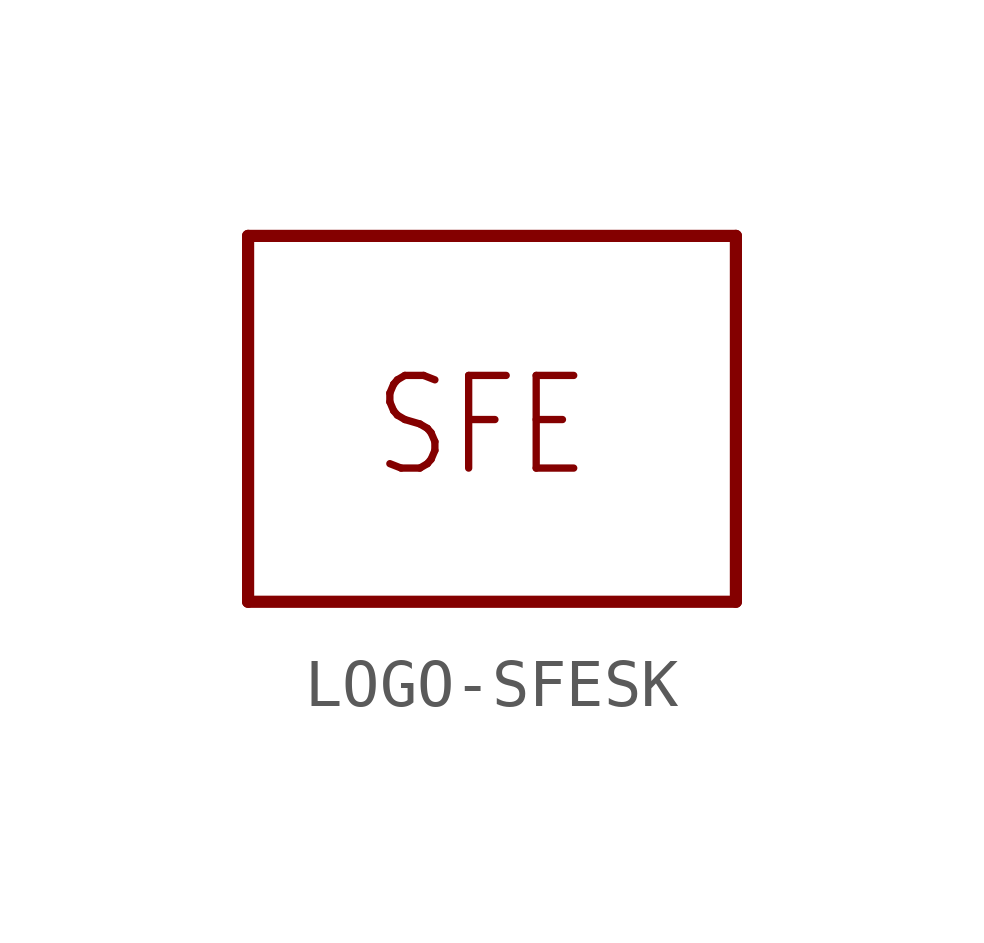
<source format=kicad_sym>
(kicad_symbol_lib
  (version 20231120)
  (generator "kicad_symbol_editor")
  (generator_version "8.0")
  (symbol "LOGO-SFESK"
    (property "Reference" "JP"
      (at 0 0 0)
      (effects (font (size 1.27 1.27)) (hide yes)))
    (property "ki_locked" ""
      (at 0 0 0)
      (effects (font (size 1.27 1.27))))
    (symbol "LOGO-SFESK_1_0"
      (polyline (pts (xy -2.54 -2.54) (xy 7.62 -2.54)) (stroke (width 0.254) (type solid)) (fill (type none)))
      (polyline (pts (xy -2.54 5.08) (xy -2.54 -2.54)) (stroke (width 0.254) (type solid)) (fill (type none)))
      (polyline (pts (xy 7.62 -2.54) (xy 7.62 5.08)) (stroke (width 0.254) (type solid)) (fill (type none)))
      (polyline (pts (xy 7.62 5.08) (xy -2.54 5.08)) (stroke (width 0.254) (type solid)) (fill (type none)))
      (text "SFE" (at 0 0 0) (effects (font (size 1.93 1.641)) (justify left bottom))))))
</source>
